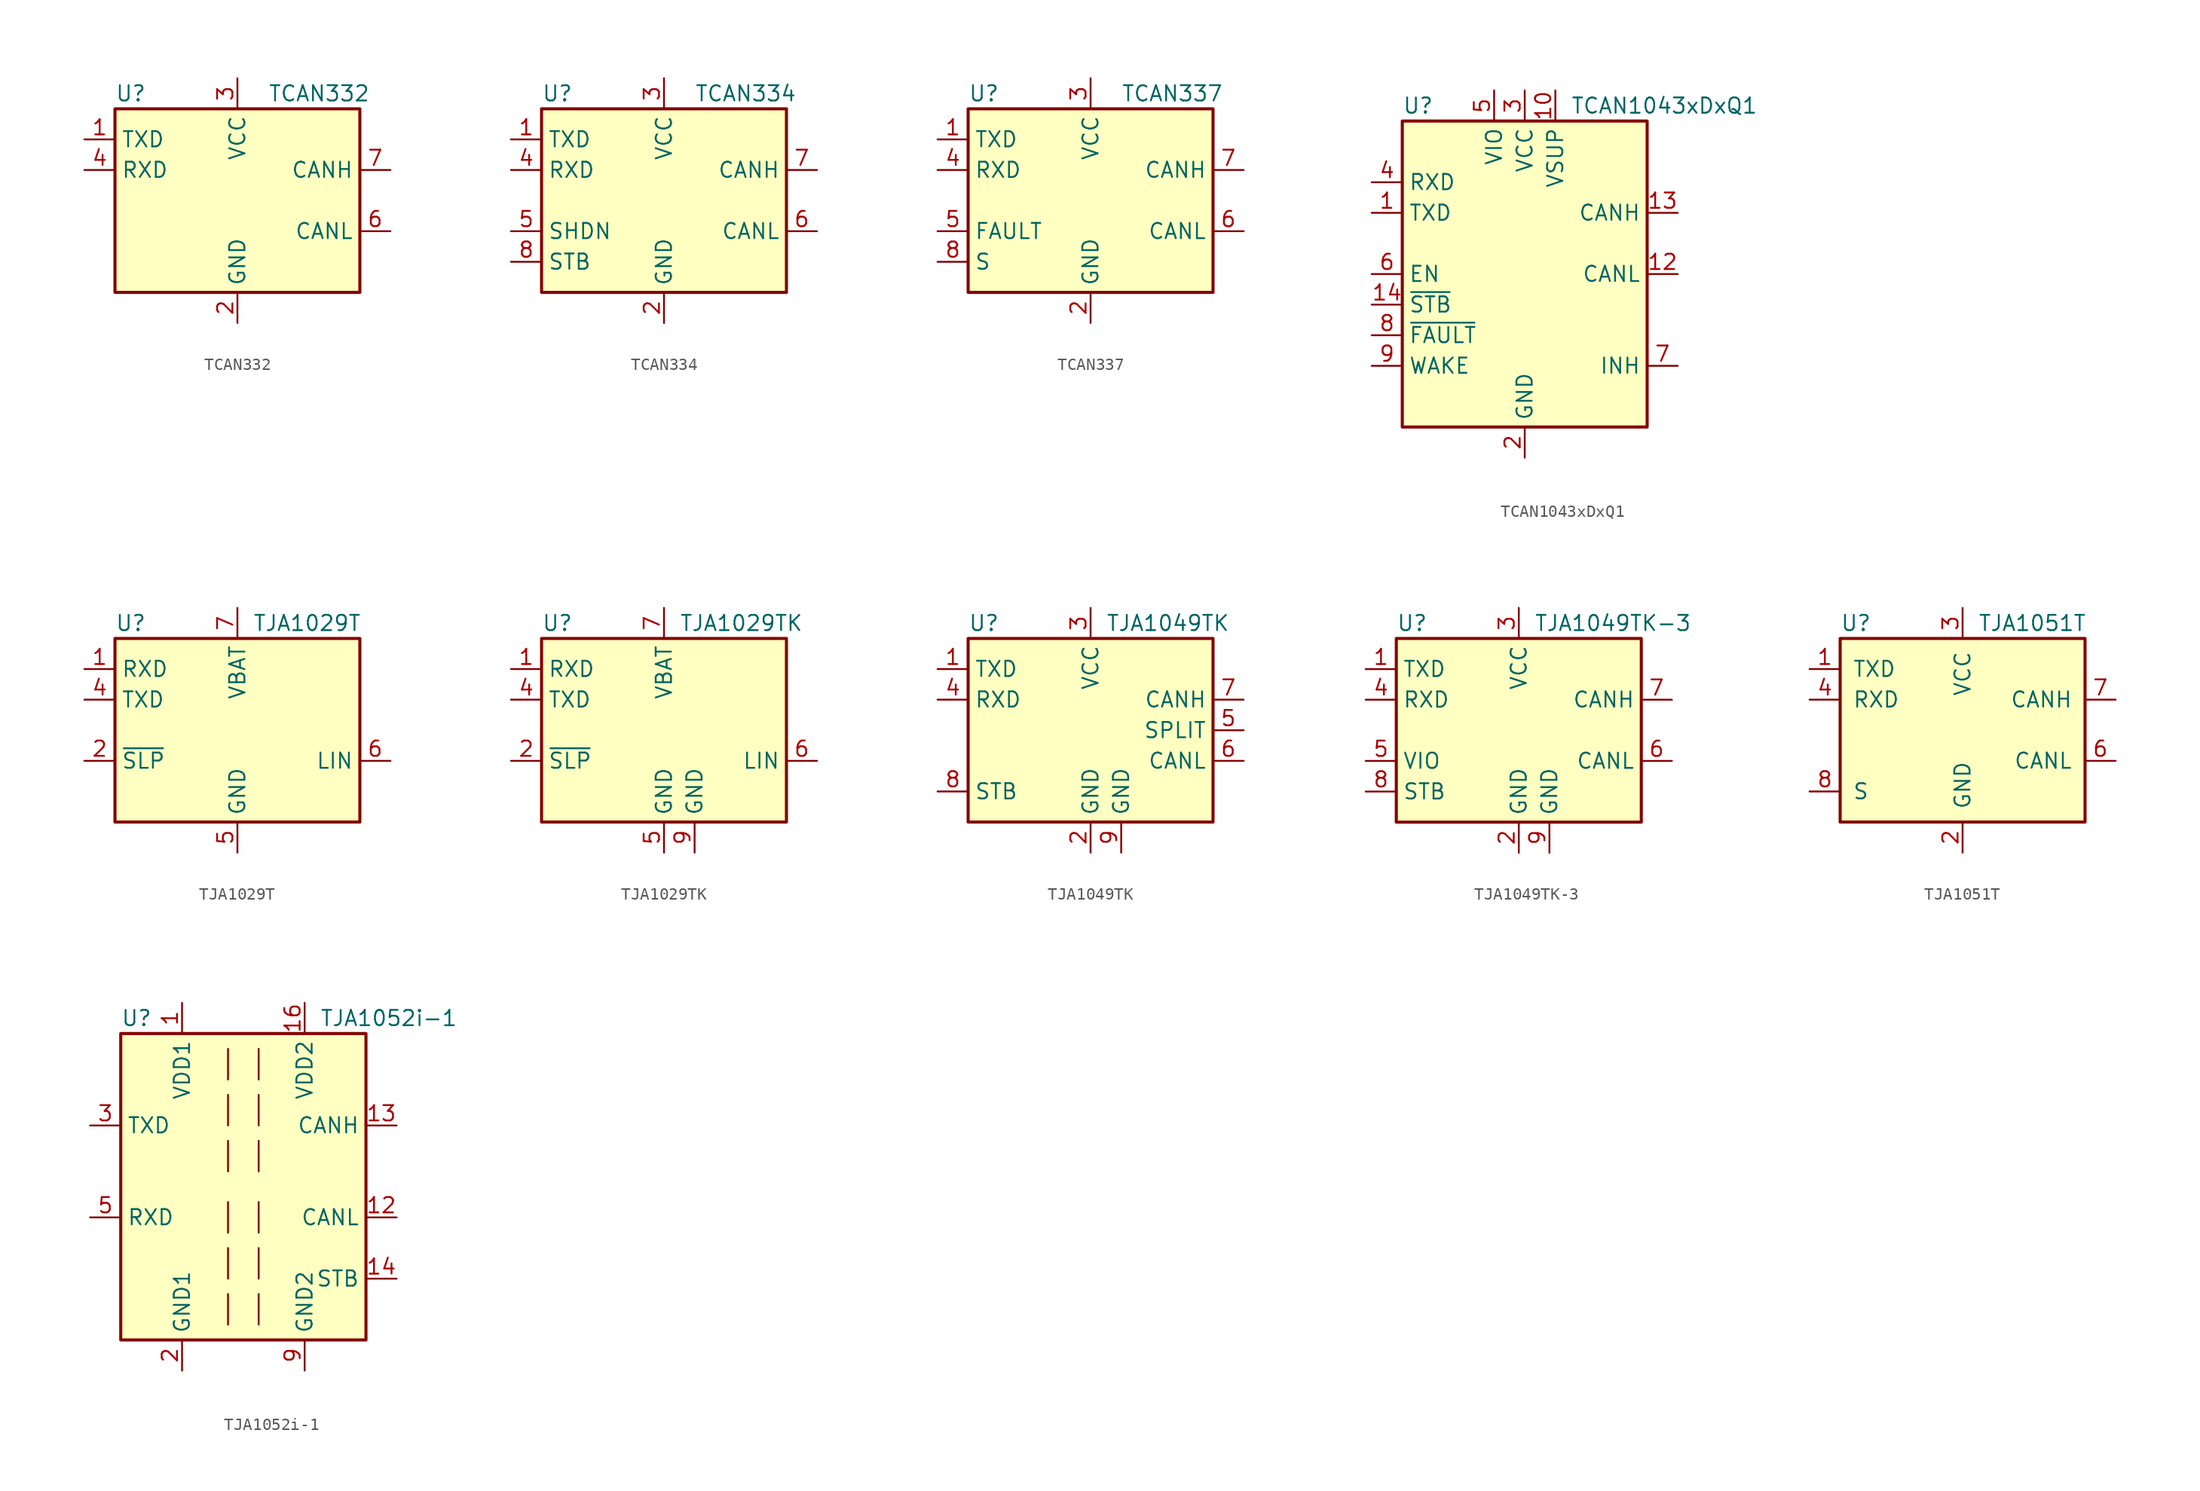
<source format=kicad_sym>
(kicad_symbol_lib
  (version 20200908)
  (generator kicad_symbol_editor)
  (symbol "Interface_CAN_LIN:TCAN332"
    (property "Reference" "U"
      (at -10.16 8.89 0)
      (effects (font (size 1.27 1.27)) (justify left)))
    (property "Value" "TCAN332"
      (at 2.54 8.89 0)
      (effects (font (size 1.27 1.27)) (justify left)))
    (symbol "TCAN332_0_1"
      (rectangle (start -10.16 7.62) (end 10.16 -7.62) (stroke (width 0.254)) (fill (type background))))
    (symbol "TCAN332_1_1"
      (pin input line (at -12.7 5.08 0) (length 2.54) (name "TXD" (effects (font (size 1.27 1.27)))) (number "1" (effects (font (size 1.27 1.27)))))
      (pin power_in line (at 0 -10.16 90) (length 2.54) (name "GND" (effects (font (size 1.27 1.27)))) (number "2" (effects (font (size 1.27 1.27)))))
      (pin power_in line (at 0 10.16 270) (length 2.54) (name "VCC" (effects (font (size 1.27 1.27)))) (number "3" (effects (font (size 1.27 1.27)))))
      (pin tri_state line (at -12.7 2.54 0) (length 2.54) (name "RXD" (effects (font (size 1.27 1.27)))) (number "4" (effects (font (size 1.27 1.27)))))
      (pin unconnected line (at -10.16 -2.54 0) (length 2.54) hide (name "NC" (effects (font (size 1.27 1.27)))) (number "5" (effects (font (size 1.27 1.27)))))
      (pin bidirectional line (at 12.7 -2.54 180) (length 2.54) (name "CANL" (effects (font (size 1.27 1.27)))) (number "6" (effects (font (size 1.27 1.27)))))
      (pin bidirectional line (at 12.7 2.54 180) (length 2.54) (name "CANH" (effects (font (size 1.27 1.27)))) (number "7" (effects (font (size 1.27 1.27)))))
      (pin unconnected line (at -10.16 -5.08 0) (length 2.54) hide (name "NC" (effects (font (size 1.27 1.27)))) (number "8" (effects (font (size 1.27 1.27)))))))
  (symbol "Interface_CAN_LIN:TCAN334"
    (property "Reference" "U"
      (at -10.16 8.89 0)
      (effects (font (size 1.27 1.27)) (justify left)))
    (property "Value" "TCAN334"
      (at 2.54 8.89 0)
      (effects (font (size 1.27 1.27)) (justify left)))
    (symbol "TCAN334_0_1"
      (rectangle (start -10.16 7.62) (end 10.16 -7.62) (stroke (width 0.254)) (fill (type background))))
    (symbol "TCAN334_1_1"
      (pin input line (at -12.7 5.08 0) (length 2.54) (name "TXD" (effects (font (size 1.27 1.27)))) (number "1" (effects (font (size 1.27 1.27)))))
      (pin power_in line (at 0 -10.16 90) (length 2.54) (name "GND" (effects (font (size 1.27 1.27)))) (number "2" (effects (font (size 1.27 1.27)))))
      (pin power_in line (at 0 10.16 270) (length 2.54) (name "VCC" (effects (font (size 1.27 1.27)))) (number "3" (effects (font (size 1.27 1.27)))))
      (pin tri_state line (at -12.7 2.54 0) (length 2.54) (name "RXD" (effects (font (size 1.27 1.27)))) (number "4" (effects (font (size 1.27 1.27)))))
      (pin input line (at -12.7 -2.54 0) (length 2.54) (name "SHDN" (effects (font (size 1.27 1.27)))) (number "5" (effects (font (size 1.27 1.27)))))
      (pin bidirectional line (at 12.7 -2.54 180) (length 2.54) (name "CANL" (effects (font (size 1.27 1.27)))) (number "6" (effects (font (size 1.27 1.27)))))
      (pin bidirectional line (at 12.7 2.54 180) (length 2.54) (name "CANH" (effects (font (size 1.27 1.27)))) (number "7" (effects (font (size 1.27 1.27)))))
      (pin input line (at -12.7 -5.08 0) (length 2.54) (name "STB" (effects (font (size 1.27 1.27)))) (number "8" (effects (font (size 1.27 1.27)))))))
  (symbol "Interface_CAN_LIN:TCAN337"
    (property "Reference" "U"
      (at -10.16 8.89 0)
      (effects (font (size 1.27 1.27)) (justify left)))
    (property "Value" "TCAN337"
      (at 2.54 8.89 0)
      (effects (font (size 1.27 1.27)) (justify left)))
    (symbol "TCAN337_0_1"
      (rectangle (start -10.16 7.62) (end 10.16 -7.62) (stroke (width 0.254)) (fill (type background))))
    (symbol "TCAN337_1_1"
      (pin input line (at -12.7 5.08 0) (length 2.54) (name "TXD" (effects (font (size 1.27 1.27)))) (number "1" (effects (font (size 1.27 1.27)))))
      (pin power_in line (at 0 -10.16 90) (length 2.54) (name "GND" (effects (font (size 1.27 1.27)))) (number "2" (effects (font (size 1.27 1.27)))))
      (pin power_in line (at 0 10.16 270) (length 2.54) (name "VCC" (effects (font (size 1.27 1.27)))) (number "3" (effects (font (size 1.27 1.27)))))
      (pin tri_state line (at -12.7 2.54 0) (length 2.54) (name "RXD" (effects (font (size 1.27 1.27)))) (number "4" (effects (font (size 1.27 1.27)))))
      (pin open_collector line (at -12.7 -2.54 0) (length 2.54) (name "FAULT" (effects (font (size 1.27 1.27)))) (number "5" (effects (font (size 1.27 1.27)))))
      (pin bidirectional line (at 12.7 -2.54 180) (length 2.54) (name "CANL" (effects (font (size 1.27 1.27)))) (number "6" (effects (font (size 1.27 1.27)))))
      (pin bidirectional line (at 12.7 2.54 180) (length 2.54) (name "CANH" (effects (font (size 1.27 1.27)))) (number "7" (effects (font (size 1.27 1.27)))))
      (pin input line (at -12.7 -5.08 0) (length 2.54) (name "S" (effects (font (size 1.27 1.27)))) (number "8" (effects (font (size 1.27 1.27)))))))
  (symbol "Interface_CAN_LIN:TCAN1043xDxQ1"
    (property "Reference" "U"
      (at -10.16 13.97 0)
      (effects (font (size 1.27 1.27)) (justify left)))
    (property "Value" "TCAN1043xDxQ1"
      (at 3.81 13.97 0)
      (effects (font (size 1.27 1.27)) (justify left)))
    (symbol "TCAN1043xDxQ1_0_1"
      (rectangle (start -10.16 12.7) (end 10.16 -12.7) (stroke (width 0.254)) (fill (type background))))
    (symbol "TCAN1043xDxQ1_1_1"
      (pin input line (at -12.7 5.08 0) (length 2.54) (name "TXD" (effects (font (size 1.27 1.27)))) (number "1" (effects (font (size 1.27 1.27)))))
      (pin power_in line (at 2.54 15.24 270) (length 2.54) (name "VSUP" (effects (font (size 1.27 1.27)))) (number "10" (effects (font (size 1.27 1.27)))))
      (pin unconnected line (at 10.16 -10.16 180) (length 2.54) hide (name "NC" (effects (font (size 1.27 1.27)))) (number "11" (effects (font (size 1.27 1.27)))))
      (pin bidirectional line (at 12.7 0 180) (length 2.54) (name "CANL" (effects (font (size 1.27 1.27)))) (number "12" (effects (font (size 1.27 1.27)))))
      (pin bidirectional line (at 12.7 5.08 180) (length 2.54) (name "CANH" (effects (font (size 1.27 1.27)))) (number "13" (effects (font (size 1.27 1.27)))))
      (pin input line (at -12.7 -2.54 0) (length 2.54) (name "~STB" (effects (font (size 1.27 1.27)))) (number "14" (effects (font (size 1.27 1.27)))))
      (pin power_in line (at 0 -15.24 90) (length 2.54) (name "GND" (effects (font (size 1.27 1.27)))) (number "2" (effects (font (size 1.27 1.27)))))
      (pin power_in line (at 0 15.24 270) (length 2.54) (name "VCC" (effects (font (size 1.27 1.27)))) (number "3" (effects (font (size 1.27 1.27)))))
      (pin output line (at -12.7 7.62 0) (length 2.54) (name "RXD" (effects (font (size 1.27 1.27)))) (number "4" (effects (font (size 1.27 1.27)))))
      (pin power_in line (at -2.54 15.24 270) (length 2.54) (name "VIO" (effects (font (size 1.27 1.27)))) (number "5" (effects (font (size 1.27 1.27)))))
      (pin input line (at -12.7 0 0) (length 2.54) (name "EN" (effects (font (size 1.27 1.27)))) (number "6" (effects (font (size 1.27 1.27)))))
      (pin open_emitter line (at 12.7 -7.62 180) (length 2.54) (name "INH" (effects (font (size 1.27 1.27)))) (number "7" (effects (font (size 1.27 1.27)))))
      (pin output line (at -12.7 -5.08 0) (length 2.54) (name "~FAULT" (effects (font (size 1.27 1.27)))) (number "8" (effects (font (size 1.27 1.27)))))
      (pin input line (at -12.7 -7.62 0) (length 2.54) (name "WAKE" (effects (font (size 1.27 1.27)))) (number "9" (effects (font (size 1.27 1.27)))))))
  (symbol "Interface_CAN_LIN:TJA1029T"
    (property "Reference" "U"
      (at -10.16 8.89 0)
      (effects (font (size 1.27 1.27)) (justify left)))
    (property "Value" "TJA1029T"
      (at 1.27 8.89 0)
      (effects (font (size 1.27 1.27)) (justify left)))
    (symbol "TJA1029T_0_1"
      (rectangle (start -10.16 7.62) (end 10.16 -7.62) (stroke (width 0.254)) (fill (type background))))
    (symbol "TJA1029T_1_1"
      (pin open_collector line (at -12.7 5.08 0) (length 2.54) (name "RXD" (effects (font (size 1.27 1.27)))) (number "1" (effects (font (size 1.27 1.27)))))
      (pin input line (at -12.7 -2.54 0) (length 2.54) (name "~SLP~" (effects (font (size 1.27 1.27)))) (number "2" (effects (font (size 1.27 1.27)))))
      (pin unconnected line (at -10.16 -5.08 0) (length 2.54) hide (name "NC" (effects (font (size 1.27 1.27)))) (number "3" (effects (font (size 1.27 1.27)))))
      (pin input line (at -12.7 2.54 0) (length 2.54) (name "TXD" (effects (font (size 1.27 1.27)))) (number "4" (effects (font (size 1.27 1.27)))))
      (pin power_in line (at 0 -10.16 90) (length 2.54) (name "GND" (effects (font (size 1.27 1.27)))) (number "5" (effects (font (size 1.27 1.27)))))
      (pin bidirectional line (at 12.7 -2.54 180) (length 2.54) (name "LIN" (effects (font (size 1.27 1.27)))) (number "6" (effects (font (size 1.27 1.27)))))
      (pin power_in line (at 0 10.16 270) (length 2.54) (name "VBAT" (effects (font (size 1.27 1.27)))) (number "7" (effects (font (size 1.27 1.27)))))
      (pin unconnected line (at 10.16 2.54 180) (length 2.54) hide (name "NC" (effects (font (size 1.27 1.27)))) (number "8" (effects (font (size 1.27 1.27)))))))
  (symbol "Interface_CAN_LIN:TJA1029TK"
    (property "Reference" "U"
      (at -10.16 8.89 0)
      (effects (font (size 1.27 1.27)) (justify left)))
    (property "Value" "TJA1029TK"
      (at 1.27 8.89 0)
      (effects (font (size 1.27 1.27)) (justify left)))
    (symbol "TJA1029TK_0_1"
      (rectangle (start -10.16 7.62) (end 10.16 -7.62) (stroke (width 0.254)) (fill (type background))))
    (symbol "TJA1029TK_1_1"
      (pin open_collector line (at -12.7 5.08 0) (length 2.54) (name "RXD" (effects (font (size 1.27 1.27)))) (number "1" (effects (font (size 1.27 1.27)))))
      (pin input line (at -12.7 -2.54 0) (length 2.54) (name "~SLP~" (effects (font (size 1.27 1.27)))) (number "2" (effects (font (size 1.27 1.27)))))
      (pin unconnected line (at -10.16 -5.08 0) (length 2.54) hide (name "NC" (effects (font (size 1.27 1.27)))) (number "3" (effects (font (size 1.27 1.27)))))
      (pin input line (at -12.7 2.54 0) (length 2.54) (name "TXD" (effects (font (size 1.27 1.27)))) (number "4" (effects (font (size 1.27 1.27)))))
      (pin power_in line (at 0 -10.16 90) (length 2.54) (name "GND" (effects (font (size 1.27 1.27)))) (number "5" (effects (font (size 1.27 1.27)))))
      (pin bidirectional line (at 12.7 -2.54 180) (length 2.54) (name "LIN" (effects (font (size 1.27 1.27)))) (number "6" (effects (font (size 1.27 1.27)))))
      (pin power_in line (at 0 10.16 270) (length 2.54) (name "VBAT" (effects (font (size 1.27 1.27)))) (number "7" (effects (font (size 1.27 1.27)))))
      (pin unconnected line (at 10.16 2.54 180) (length 2.54) hide (name "NC" (effects (font (size 1.27 1.27)))) (number "8" (effects (font (size 1.27 1.27)))))
      (pin power_in line (at 2.54 -10.16 90) (length 2.54) (name "GND" (effects (font (size 1.27 1.27)))) (number "9" (effects (font (size 1.27 1.27)))))))
  (symbol "Interface_CAN_LIN:TJA1049TK"
    (property "Reference" "U"
      (at -10.16 8.89 0)
      (effects (font (size 1.27 1.27)) (justify left)))
    (property "Value" "TJA1049TK"
      (at 1.27 8.89 0)
      (effects (font (size 1.27 1.27)) (justify left)))
    (symbol "TJA1049TK_0_1"
      (rectangle (start -10.16 7.62) (end 10.16 -7.62) (stroke (width 0.254)) (fill (type background))))
    (symbol "TJA1049TK_1_1"
      (pin input line (at -12.7 5.08 0) (length 2.54) (name "TXD" (effects (font (size 1.27 1.27)))) (number "1" (effects (font (size 1.27 1.27)))))
      (pin power_in line (at 0 -10.16 90) (length 2.54) (name "GND" (effects (font (size 1.27 1.27)))) (number "2" (effects (font (size 1.27 1.27)))))
      (pin power_in line (at 0 10.16 270) (length 2.54) (name "VCC" (effects (font (size 1.27 1.27)))) (number "3" (effects (font (size 1.27 1.27)))))
      (pin output line (at -12.7 2.54 0) (length 2.54) (name "RXD" (effects (font (size 1.27 1.27)))) (number "4" (effects (font (size 1.27 1.27)))))
      (pin power_out line (at 12.7 0 180) (length 2.54) (name "SPLIT" (effects (font (size 1.27 1.27)))) (number "5" (effects (font (size 1.27 1.27)))))
      (pin bidirectional line (at 12.7 -2.54 180) (length 2.54) (name "CANL" (effects (font (size 1.27 1.27)))) (number "6" (effects (font (size 1.27 1.27)))))
      (pin bidirectional line (at 12.7 2.54 180) (length 2.54) (name "CANH" (effects (font (size 1.27 1.27)))) (number "7" (effects (font (size 1.27 1.27)))))
      (pin input line (at -12.7 -5.08 0) (length 2.54) (name "STB" (effects (font (size 1.27 1.27)))) (number "8" (effects (font (size 1.27 1.27)))))
      (pin power_in line (at 2.54 -10.16 90) (length 2.54) (name "GND" (effects (font (size 1.27 1.27)))) (number "9" (effects (font (size 1.27 1.27)))))))
  (symbol "Interface_CAN_LIN:TJA1049TK-3"
    (property "Reference" "U"
      (at -10.16 8.89 0)
      (effects (font (size 1.27 1.27)) (justify left)))
    (property "Value" "TJA1049TK-3"
      (at 1.27 8.89 0)
      (effects (font (size 1.27 1.27)) (justify left)))
    (symbol "TJA1049TK-3_0_1"
      (rectangle (start -10.16 7.62) (end 10.16 -7.62) (stroke (width 0.254)) (fill (type background))))
    (symbol "TJA1049TK-3_1_1"
      (pin input line (at -12.7 5.08 0) (length 2.54) (name "TXD" (effects (font (size 1.27 1.27)))) (number "1" (effects (font (size 1.27 1.27)))))
      (pin power_in line (at 0 -10.16 90) (length 2.54) (name "GND" (effects (font (size 1.27 1.27)))) (number "2" (effects (font (size 1.27 1.27)))))
      (pin power_in line (at 0 10.16 270) (length 2.54) (name "VCC" (effects (font (size 1.27 1.27)))) (number "3" (effects (font (size 1.27 1.27)))))
      (pin output line (at -12.7 2.54 0) (length 2.54) (name "RXD" (effects (font (size 1.27 1.27)))) (number "4" (effects (font (size 1.27 1.27)))))
      (pin power_in line (at -12.7 -2.54 0) (length 2.54) (name "VIO" (effects (font (size 1.27 1.27)))) (number "5" (effects (font (size 1.27 1.27)))))
      (pin bidirectional line (at 12.7 -2.54 180) (length 2.54) (name "CANL" (effects (font (size 1.27 1.27)))) (number "6" (effects (font (size 1.27 1.27)))))
      (pin bidirectional line (at 12.7 2.54 180) (length 2.54) (name "CANH" (effects (font (size 1.27 1.27)))) (number "7" (effects (font (size 1.27 1.27)))))
      (pin input line (at -12.7 -5.08 0) (length 2.54) (name "STB" (effects (font (size 1.27 1.27)))) (number "8" (effects (font (size 1.27 1.27)))))
      (pin power_in line (at 2.54 -10.16 90) (length 2.54) (name "GND" (effects (font (size 1.27 1.27)))) (number "9" (effects (font (size 1.27 1.27)))))))
  (symbol "Interface_CAN_LIN:TJA1051T"
    (pin_names
      (offset 1.016))
    (property "Reference" "U"
      (at -10.16 8.89 0)
      (effects (font (size 1.27 1.27)) (justify left)))
    (property "Value" "TJA1051T"
      (at 1.27 8.89 0)
      (effects (font (size 1.27 1.27)) (justify left)))
    (symbol "TJA1051T_0_1"
      (rectangle (start -10.16 7.62) (end 10.16 -7.62) (stroke (width 0.254)) (fill (type background))))
    (symbol "TJA1051T_1_1"
      (pin input line (at -12.7 5.08 0) (length 2.54) (name "TXD" (effects (font (size 1.27 1.27)))) (number "1" (effects (font (size 1.27 1.27)))))
      (pin power_in line (at 0 -10.16 90) (length 2.54) (name "GND" (effects (font (size 1.27 1.27)))) (number "2" (effects (font (size 1.27 1.27)))))
      (pin power_in line (at 0 10.16 270) (length 2.54) (name "VCC" (effects (font (size 1.27 1.27)))) (number "3" (effects (font (size 1.27 1.27)))))
      (pin output line (at -12.7 2.54 0) (length 2.54) (name "RXD" (effects (font (size 1.27 1.27)))) (number "4" (effects (font (size 1.27 1.27)))))
      (pin unconnected line (at -12.7 -2.54 0) (length 2.54) hide (name "n.c." (effects (font (size 1.27 1.27)))) (number "5" (effects (font (size 1.27 1.27)))))
      (pin bidirectional line (at 12.7 -2.54 180) (length 2.54) (name "CANL" (effects (font (size 1.27 1.27)))) (number "6" (effects (font (size 1.27 1.27)))))
      (pin bidirectional line (at 12.7 2.54 180) (length 2.54) (name "CANH" (effects (font (size 1.27 1.27)))) (number "7" (effects (font (size 1.27 1.27)))))
      (pin input line (at -12.7 -5.08 0) (length 2.54) (name "S" (effects (font (size 1.27 1.27)))) (number "8" (effects (font (size 1.27 1.27)))))))
  (symbol "Interface_CAN_LIN:TJA1052i-1"
    (property "Reference" "U"
      (at -10.16 13.97 0)
      (effects (font (size 1.27 1.27)) (justify left)))
    (property "Value" "TJA1052i-1"
      (at 17.78 13.97 0)
      (effects (font (size 1.27 1.27)) (justify right)))
    (symbol "TJA1052i-1_0_1"
      (rectangle (start -10.16 12.7) (end 10.16 -12.7) (stroke (width 0.254)) (fill (type background)))
      (polyline (pts (xy -1.27 -11.43) (xy -1.27 -8.89)) (stroke (width 0)) (fill (type none)))
      (polyline (pts (xy -1.27 3.81) (xy -1.27 1.27)) (stroke (width 0)) (fill (type none)))
      (polyline (pts (xy -1.27 7.62) (xy -1.27 5.08)) (stroke (width 0)) (fill (type none)))
      (polyline (pts (xy -1.27 11.43) (xy -1.27 8.89)) (stroke (width 0)) (fill (type none)))
      (polyline (pts (xy 1.27 -11.43) (xy 1.27 -8.89)) (stroke (width 0)) (fill (type none)))
      (polyline (pts (xy 1.27 -7.62) (xy 1.27 -5.08)) (stroke (width 0)) (fill (type none)))
      (polyline (pts (xy 1.27 -3.81) (xy 1.27 -1.27)) (stroke (width 0)) (fill (type none)))
      (polyline (pts (xy 1.27 1.27) (xy 1.27 3.81)) (stroke (width 0)) (fill (type none)))
      (polyline (pts (xy 1.27 5.08) (xy 1.27 7.62)) (stroke (width 0)) (fill (type none)))
      (polyline (pts (xy 1.27 8.89) (xy 1.27 11.43)) (stroke (width 0)) (fill (type none)))
      (polyline (pts (xy -1.27 -7.62) (xy -1.27 -6.35) (xy -1.27 -5.08)) (stroke (width 0)) (fill (type none)))
      (polyline (pts (xy -1.27 -3.81) (xy -1.27 -2.54) (xy -1.27 -1.27)) (stroke (width 0)) (fill (type none))))
    (symbol "TJA1052i-1_1_1"
      (pin power_in line (at -5.08 15.24 270) (length 2.54) (name "VDD1" (effects (font (size 1.27 1.27)))) (number "1" (effects (font (size 1.27 1.27)))))
      (pin passive line (at 5.08 -15.24 90) (length 2.54) hide (name "GND2" (effects (font (size 1.27 1.27)))) (number "10" (effects (font (size 1.27 1.27)))))
      (pin passive line (at 5.08 15.24 270) (length 2.54) hide (name "VDD2" (effects (font (size 1.27 1.27)))) (number "11" (effects (font (size 1.27 1.27)))))
      (pin bidirectional line (at 12.7 -2.54 180) (length 2.54) (name "CANL" (effects (font (size 1.27 1.27)))) (number "12" (effects (font (size 1.27 1.27)))))
      (pin bidirectional line (at 12.7 5.08 180) (length 2.54) (name "CANH" (effects (font (size 1.27 1.27)))) (number "13" (effects (font (size 1.27 1.27)))))
      (pin input line (at 12.7 -7.62 180) (length 2.54) (name "STB" (effects (font (size 1.27 1.27)))) (number "14" (effects (font (size 1.27 1.27)))))
      (pin passive line (at 5.08 -15.24 90) (length 2.54) hide (name "GND2" (effects (font (size 1.27 1.27)))) (number "15" (effects (font (size 1.27 1.27)))))
      (pin power_in line (at 5.08 15.24 270) (length 2.54) (name "VDD2" (effects (font (size 1.27 1.27)))) (number "16" (effects (font (size 1.27 1.27)))))
      (pin power_in line (at -5.08 -15.24 90) (length 2.54) (name "GND1" (effects (font (size 1.27 1.27)))) (number "2" (effects (font (size 1.27 1.27)))))
      (pin input line (at -12.7 5.08 0) (length 2.54) (name "TXD" (effects (font (size 1.27 1.27)))) (number "3" (effects (font (size 1.27 1.27)))))
      (pin unconnected line (at -10.16 -7.62 0) (length 2.54) hide (name "NC" (effects (font (size 1.27 1.27)))) (number "4" (effects (font (size 1.27 1.27)))))
      (pin output line (at -12.7 -2.54 0) (length 2.54) (name "RXD" (effects (font (size 1.27 1.27)))) (number "5" (effects (font (size 1.27 1.27)))))
      (pin unconnected line (at -10.16 -10.16 0) (length 2.54) hide (name "NC" (effects (font (size 1.27 1.27)))) (number "6" (effects (font (size 1.27 1.27)))))
      (pin passive line (at -5.08 -15.24 90) (length 2.54) hide (name "GND1" (effects (font (size 1.27 1.27)))) (number "7" (effects (font (size 1.27 1.27)))))
      (pin passive line (at -5.08 -15.24 90) (length 2.54) hide (name "GND1" (effects (font (size 1.27 1.27)))) (number "8" (effects (font (size 1.27 1.27)))))
      (pin power_in line (at 5.08 -15.24 90) (length 2.54) (name "GND2" (effects (font (size 1.27 1.27)))) (number "9" (effects (font (size 1.27 1.27))))))))
</source>
